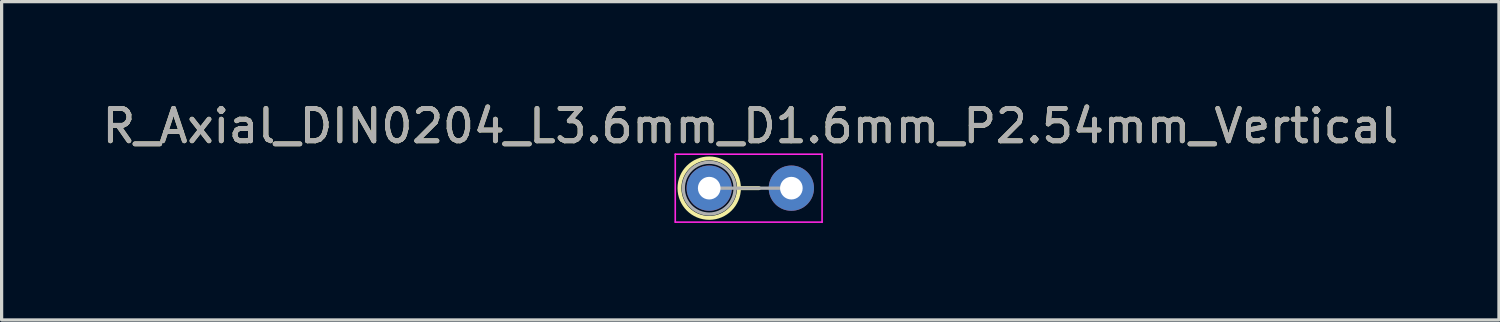
<source format=kicad_pcb>
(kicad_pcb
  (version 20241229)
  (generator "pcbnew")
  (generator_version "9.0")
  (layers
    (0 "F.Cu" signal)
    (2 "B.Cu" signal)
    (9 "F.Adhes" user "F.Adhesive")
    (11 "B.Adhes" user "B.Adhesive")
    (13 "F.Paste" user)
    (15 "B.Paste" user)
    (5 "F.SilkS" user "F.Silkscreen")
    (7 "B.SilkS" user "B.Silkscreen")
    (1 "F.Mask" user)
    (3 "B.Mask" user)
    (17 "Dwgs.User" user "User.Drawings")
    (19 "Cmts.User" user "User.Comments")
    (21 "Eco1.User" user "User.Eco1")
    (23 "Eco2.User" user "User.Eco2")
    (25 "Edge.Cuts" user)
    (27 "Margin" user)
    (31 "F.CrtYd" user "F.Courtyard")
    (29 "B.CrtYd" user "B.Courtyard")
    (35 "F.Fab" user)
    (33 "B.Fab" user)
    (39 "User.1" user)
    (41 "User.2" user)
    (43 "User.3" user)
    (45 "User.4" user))
  (footprint "R_Axial_DIN0204_L3.6mm_D1.6mm_P2.54mm_Vertical"
    (layer "F.Cu")
    (at 18.879 2.768)
    (property "Reference" "R_Axial_DIN0204_L3.6mm_D1.6mm_P2.54mm_Vertical" (at 1.27 -1.92 0) (layer "F.SilkS") (effects (font (size 1 1) (thickness 0.15))))
    (attr through_hole)
    (fp_line (start 0.92 0) (end 1.54 0) (stroke (width 0.12) (type solid)) (layer "F.SilkS"))
    (fp_circle (center 0 0) (end 0.92 0) (stroke (width 0.12) (type solid)) (fill no) (layer "F.SilkS"))
    (fp_line (start -1.05 -1.05) (end -1.05 1.05) (stroke (width 0.05) (type solid)) (layer "F.CrtYd"))
    (fp_line (start -1.05 1.05) (end 3.49 1.05) (stroke (width 0.05) (type solid)) (layer "F.CrtYd"))
    (fp_line (start 3.49 -1.05) (end -1.05 -1.05) (stroke (width 0.05) (type solid)) (layer "F.CrtYd"))
    (fp_line (start 3.49 1.05) (end 3.49 -1.05) (stroke (width 0.05) (type solid)) (layer "F.CrtYd"))
    (fp_line (start 0 0) (end 2.54 0) (stroke (width 0.1) (type solid)) (layer "F.Fab"))
    (fp_circle (center 0 0) (end 0.8 0) (stroke (width 0.1) (type solid)) (fill no) (layer "F.Fab"))
    (fp_text user "${REFERENCE}" (at 1.27 -1.92 0) (layer "F.Fab") (effects (font (size 1 1) (thickness 0.15))))
    (pad "1" thru_hole circle (at 0 0) (size 1.4 1.4) (drill 0.7) (layers "*.Cu" "*.Mask"))
    (pad "2" thru_hole oval (at 2.54 0) (size 1.4 1.4) (drill 0.7) (layers "*.Cu" "*.Mask")))
  (gr_rect
    (start -3 -3)
    (end 43.298 6.843)
    (stroke (width 0.1) (type default))
    (fill no)
    (layer "Edge.Cuts")))
</source>
